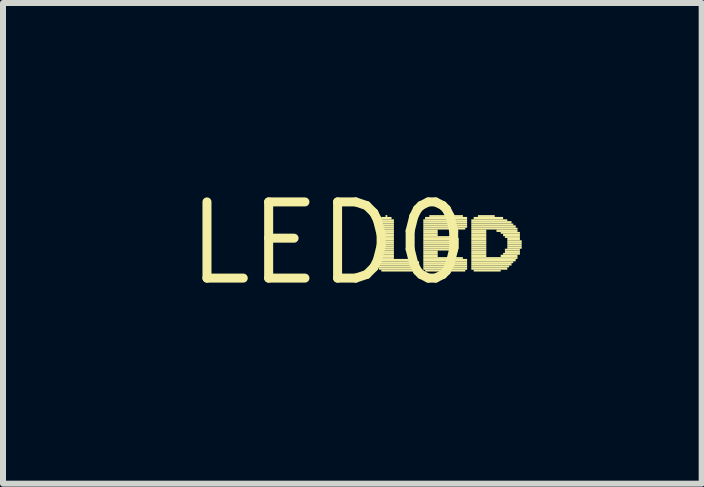
<source format=kicad_pcb>
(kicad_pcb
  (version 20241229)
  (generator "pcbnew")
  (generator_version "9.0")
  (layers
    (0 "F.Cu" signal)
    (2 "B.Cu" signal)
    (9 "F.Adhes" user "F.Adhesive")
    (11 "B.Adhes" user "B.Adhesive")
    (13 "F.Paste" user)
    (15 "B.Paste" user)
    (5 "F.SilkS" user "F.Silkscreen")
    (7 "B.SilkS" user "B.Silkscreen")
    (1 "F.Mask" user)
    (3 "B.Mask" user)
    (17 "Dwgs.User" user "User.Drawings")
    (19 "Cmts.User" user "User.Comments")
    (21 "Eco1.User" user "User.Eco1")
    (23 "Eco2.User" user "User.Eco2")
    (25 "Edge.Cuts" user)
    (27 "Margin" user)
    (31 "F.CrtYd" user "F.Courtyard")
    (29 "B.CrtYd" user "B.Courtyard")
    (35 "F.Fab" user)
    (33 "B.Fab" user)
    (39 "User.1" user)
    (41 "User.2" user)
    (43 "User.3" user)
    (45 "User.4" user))
  (footprint "LED0"
    (layer "F.Cu")
    (at 2.426 1.006)
    (property "Reference" "LED0" (at 0 0 0) (layer "F.SilkS") (effects (font (size 1.27 1.27) (thickness 0.15))))
    (fp_poly (pts (xy 0.84 -0.37) (xy 1.09 -0.37) (xy 1.09 -0.4) (xy 0.84 -0.4)) (stroke (width 0) (type solid)) (fill yes) (layer "F.SilkS"))
    (fp_poly (pts (xy 0.84 -0.33) (xy 1.09 -0.33) (xy 1.09 -0.37) (xy 0.84 -0.37)) (stroke (width 0) (type solid)) (fill yes) (layer "F.SilkS"))
    (fp_poly (pts (xy 0.84 -0.3) (xy 1.09 -0.3) (xy 1.09 -0.33) (xy 0.84 -0.33)) (stroke (width 0) (type solid)) (fill yes) (layer "F.SilkS"))
    (fp_poly (pts (xy 0.84 -0.26) (xy 1.09 -0.26) (xy 1.09 -0.3) (xy 0.84 -0.3)) (stroke (width 0) (type solid)) (fill yes) (layer "F.SilkS"))
    (fp_poly (pts (xy 0.84 -0.23) (xy 1.09 -0.23) (xy 1.09 -0.26) (xy 0.84 -0.26)) (stroke (width 0) (type solid)) (fill yes) (layer "F.SilkS"))
    (fp_poly (pts (xy 0.84 -0.19) (xy 1.09 -0.19) (xy 1.09 -0.23) (xy 0.84 -0.23)) (stroke (width 0) (type solid)) (fill yes) (layer "F.SilkS"))
    (fp_poly (pts (xy 0.84 -0.16) (xy 1.09 -0.16) (xy 1.09 -0.19) (xy 0.84 -0.19)) (stroke (width 0) (type solid)) (fill yes) (layer "F.SilkS"))
    (fp_poly (pts (xy 0.84 -0.12) (xy 1.09 -0.12) (xy 1.09 -0.16) (xy 0.84 -0.16)) (stroke (width 0) (type solid)) (fill yes) (layer "F.SilkS"))
    (fp_poly (pts (xy 0.84 -0.09) (xy 1.09 -0.09) (xy 1.09 -0.12) (xy 0.84 -0.12)) (stroke (width 0) (type solid)) (fill yes) (layer "F.SilkS"))
    (fp_poly (pts (xy 0.84 -0.05) (xy 1.09 -0.05) (xy 1.09 -0.09) (xy 0.84 -0.09)) (stroke (width 0) (type solid)) (fill yes) (layer "F.SilkS"))
    (fp_poly (pts (xy 0.84 -0.02) (xy 1.09 -0.02) (xy 1.09 -0.05) (xy 0.84 -0.05)) (stroke (width 0) (type solid)) (fill yes) (layer "F.SilkS"))
    (fp_poly (pts (xy 0.84 0.02) (xy 1.09 0.02) (xy 1.09 -0.02) (xy 0.84 -0.02)) (stroke (width 0) (type solid)) (fill yes) (layer "F.SilkS"))
    (fp_poly (pts (xy 0.84 0.05) (xy 1.09 0.05) (xy 1.09 0.02) (xy 0.84 0.02)) (stroke (width 0) (type solid)) (fill yes) (layer "F.SilkS"))
    (fp_poly (pts (xy 0.84 0.09) (xy 1.09 0.09) (xy 1.09 0.05) (xy 0.84 0.05)) (stroke (width 0) (type solid)) (fill yes) (layer "F.SilkS"))
    (fp_poly (pts (xy 0.84 0.12) (xy 1.09 0.12) (xy 1.09 0.09) (xy 0.84 0.09)) (stroke (width 0) (type solid)) (fill yes) (layer "F.SilkS"))
    (fp_poly (pts (xy 0.84 0.16) (xy 1.09 0.16) (xy 1.09 0.12) (xy 0.84 0.12)) (stroke (width 0) (type solid)) (fill yes) (layer "F.SilkS"))
    (fp_poly (pts (xy 0.84 0.19) (xy 1.09 0.19) (xy 1.09 0.16) (xy 0.84 0.16)) (stroke (width 0) (type solid)) (fill yes) (layer "F.SilkS"))
    (fp_poly (pts (xy 0.84 0.23) (xy 1.09 0.23) (xy 1.09 0.19) (xy 0.84 0.19)) (stroke (width 0) (type solid)) (fill yes) (layer "F.SilkS"))
    (fp_poly (pts (xy 0.84 0.26) (xy 1.09 0.26) (xy 1.09 0.23) (xy 0.84 0.23)) (stroke (width 0) (type solid)) (fill yes) (layer "F.SilkS"))
    (fp_poly (pts (xy 0.84 0.3) (xy 1.44 0.3) (xy 1.44 0.26) (xy 0.84 0.26)) (stroke (width 0) (type solid)) (fill yes) (layer "F.SilkS"))
    (fp_poly (pts (xy 0.84 0.33) (xy 1.51 0.33) (xy 1.51 0.3) (xy 0.84 0.3)) (stroke (width 0) (type solid)) (fill yes) (layer "F.SilkS"))
    (fp_poly (pts (xy 0.84 0.37) (xy 1.51 0.37) (xy 1.51 0.33) (xy 0.84 0.33)) (stroke (width 0) (type solid)) (fill yes) (layer "F.SilkS"))
    (fp_poly (pts (xy 0.84 0.4) (xy 1.51 0.4) (xy 1.51 0.37) (xy 0.84 0.37)) (stroke (width 0) (type solid)) (fill yes) (layer "F.SilkS"))
    (fp_poly (pts (xy 0.84 0.44) (xy 1.51 0.44) (xy 1.51 0.4) (xy 0.84 0.4)) (stroke (width 0) (type solid)) (fill yes) (layer "F.SilkS"))
    (fp_poly (pts (xy 0.88 -0.4) (xy 1.05 -0.4) (xy 1.05 -0.44) (xy 0.88 -0.44)) (stroke (width 0) (type solid)) (fill yes) (layer "F.SilkS"))
    (fp_poly (pts (xy 0.88 0.47) (xy 1.51 0.47) (xy 1.51 0.44) (xy 0.88 0.44)) (stroke (width 0) (type solid)) (fill yes) (layer "F.SilkS"))
    (fp_poly (pts (xy 0.95 -0.44) (xy 0.98 -0.44) (xy 0.98 -0.47) (xy 0.95 -0.47)) (stroke (width 0) (type solid)) (fill yes) (layer "F.SilkS"))
    (fp_poly (pts (xy 1.58 -0.37) (xy 2.31 -0.37) (xy 2.31 -0.4) (xy 1.58 -0.4)) (stroke (width 0) (type solid)) (fill yes) (layer "F.SilkS"))
    (fp_poly (pts (xy 1.58 -0.33) (xy 2.31 -0.33) (xy 2.31 -0.37) (xy 1.58 -0.37)) (stroke (width 0) (type solid)) (fill yes) (layer "F.SilkS"))
    (fp_poly (pts (xy 1.58 -0.3) (xy 2.31 -0.3) (xy 2.31 -0.33) (xy 1.58 -0.33)) (stroke (width 0) (type solid)) (fill yes) (layer "F.SilkS"))
    (fp_poly (pts (xy 1.58 -0.26) (xy 2.31 -0.26) (xy 2.31 -0.3) (xy 1.58 -0.3)) (stroke (width 0) (type solid)) (fill yes) (layer "F.SilkS"))
    (fp_poly (pts (xy 1.58 -0.23) (xy 2.28 -0.23) (xy 2.28 -0.26) (xy 1.58 -0.26)) (stroke (width 0) (type solid)) (fill yes) (layer "F.SilkS"))
    (fp_poly (pts (xy 1.58 -0.19) (xy 1.82 -0.19) (xy 1.82 -0.23) (xy 1.58 -0.23)) (stroke (width 0) (type solid)) (fill yes) (layer "F.SilkS"))
    (fp_poly (pts (xy 1.58 -0.16) (xy 1.82 -0.16) (xy 1.82 -0.19) (xy 1.58 -0.19)) (stroke (width 0) (type solid)) (fill yes) (layer "F.SilkS"))
    (fp_poly (pts (xy 1.58 -0.12) (xy 1.82 -0.12) (xy 1.82 -0.16) (xy 1.58 -0.16)) (stroke (width 0) (type solid)) (fill yes) (layer "F.SilkS"))
    (fp_poly (pts (xy 1.58 -0.09) (xy 2.1 -0.09) (xy 2.1 -0.12) (xy 1.58 -0.12)) (stroke (width 0) (type solid)) (fill yes) (layer "F.SilkS"))
    (fp_poly (pts (xy 1.58 -0.05) (xy 2.17 -0.05) (xy 2.17 -0.09) (xy 1.58 -0.09)) (stroke (width 0) (type solid)) (fill yes) (layer "F.SilkS"))
    (fp_poly (pts (xy 1.58 -0.02) (xy 2.17 -0.02) (xy 2.17 -0.05) (xy 1.58 -0.05)) (stroke (width 0) (type solid)) (fill yes) (layer "F.SilkS"))
    (fp_poly (pts (xy 1.58 0.02) (xy 2.17 0.02) (xy 2.17 -0.02) (xy 1.58 -0.02)) (stroke (width 0) (type solid)) (fill yes) (layer "F.SilkS"))
    (fp_poly (pts (xy 1.58 0.05) (xy 2.17 0.05) (xy 2.17 0.02) (xy 1.58 0.02)) (stroke (width 0) (type solid)) (fill yes) (layer "F.SilkS"))
    (fp_poly (pts (xy 1.58 0.09) (xy 2.17 0.09) (xy 2.17 0.05) (xy 1.58 0.05)) (stroke (width 0) (type solid)) (fill yes) (layer "F.SilkS"))
    (fp_poly (pts (xy 1.58 0.12) (xy 2.14 0.12) (xy 2.14 0.09) (xy 1.58 0.09)) (stroke (width 0) (type solid)) (fill yes) (layer "F.SilkS"))
    (fp_poly (pts (xy 1.58 0.16) (xy 1.82 0.16) (xy 1.82 0.12) (xy 1.58 0.12)) (stroke (width 0) (type solid)) (fill yes) (layer "F.SilkS"))
    (fp_poly (pts (xy 1.58 0.19) (xy 1.82 0.19) (xy 1.82 0.16) (xy 1.58 0.16)) (stroke (width 0) (type solid)) (fill yes) (layer "F.SilkS"))
    (fp_poly (pts (xy 1.58 0.23) (xy 1.82 0.23) (xy 1.82 0.19) (xy 1.58 0.19)) (stroke (width 0) (type solid)) (fill yes) (layer "F.SilkS"))
    (fp_poly (pts (xy 1.58 0.26) (xy 2.24 0.26) (xy 2.24 0.23) (xy 1.58 0.23)) (stroke (width 0) (type solid)) (fill yes) (layer "F.SilkS"))
    (fp_poly (pts (xy 1.58 0.3) (xy 2.31 0.3) (xy 2.31 0.26) (xy 1.58 0.26)) (stroke (width 0) (type solid)) (fill yes) (layer "F.SilkS"))
    (fp_poly (pts (xy 1.58 0.33) (xy 2.31 0.33) (xy 2.31 0.3) (xy 1.58 0.3)) (stroke (width 0) (type solid)) (fill yes) (layer "F.SilkS"))
    (fp_poly (pts (xy 1.58 0.37) (xy 2.31 0.37) (xy 2.31 0.33) (xy 1.58 0.33)) (stroke (width 0) (type solid)) (fill yes) (layer "F.SilkS"))
    (fp_poly (pts (xy 1.58 0.4) (xy 2.31 0.4) (xy 2.31 0.37) (xy 1.58 0.37)) (stroke (width 0) (type solid)) (fill yes) (layer "F.SilkS"))
    (fp_poly (pts (xy 1.58 0.44) (xy 2.31 0.44) (xy 2.31 0.4) (xy 1.58 0.4)) (stroke (width 0) (type solid)) (fill yes) (layer "F.SilkS"))
    (fp_poly (pts (xy 1.61 -0.4) (xy 2.31 -0.4) (xy 2.31 -0.44) (xy 1.61 -0.44)) (stroke (width 0) (type solid)) (fill yes) (layer "F.SilkS"))
    (fp_poly (pts (xy 1.61 0.47) (xy 2.28 0.47) (xy 2.28 0.44) (xy 1.61 0.44)) (stroke (width 0) (type solid)) (fill yes) (layer "F.SilkS"))
    (fp_poly (pts (xy 1.68 -0.44) (xy 2.24 -0.44) (xy 2.24 -0.47) (xy 1.68 -0.47)) (stroke (width 0) (type solid)) (fill yes) (layer "F.SilkS"))
    (fp_poly (pts (xy 2.38 -0.37) (xy 2.98 -0.37) (xy 2.98 -0.4) (xy 2.38 -0.4)) (stroke (width 0) (type solid)) (fill yes) (layer "F.SilkS"))
    (fp_poly (pts (xy 2.38 -0.33) (xy 3.05 -0.33) (xy 3.05 -0.37) (xy 2.38 -0.37)) (stroke (width 0) (type solid)) (fill yes) (layer "F.SilkS"))
    (fp_poly (pts (xy 2.38 -0.3) (xy 3.08 -0.3) (xy 3.08 -0.33) (xy 2.38 -0.33)) (stroke (width 0) (type solid)) (fill yes) (layer "F.SilkS"))
    (fp_poly (pts (xy 2.38 -0.26) (xy 3.12 -0.26) (xy 3.12 -0.3) (xy 2.38 -0.3)) (stroke (width 0) (type solid)) (fill yes) (layer "F.SilkS"))
    (fp_poly (pts (xy 2.38 -0.23) (xy 3.15 -0.23) (xy 3.15 -0.26) (xy 2.38 -0.26)) (stroke (width 0) (type solid)) (fill yes) (layer "F.SilkS"))
    (fp_poly (pts (xy 2.38 -0.19) (xy 2.63 -0.19) (xy 2.63 -0.23) (xy 2.38 -0.23)) (stroke (width 0) (type solid)) (fill yes) (layer "F.SilkS"))
    (fp_poly (pts (xy 2.38 -0.16) (xy 2.63 -0.16) (xy 2.63 -0.19) (xy 2.38 -0.19)) (stroke (width 0) (type solid)) (fill yes) (layer "F.SilkS"))
    (fp_poly (pts (xy 2.38 -0.12) (xy 2.63 -0.12) (xy 2.63 -0.16) (xy 2.38 -0.16)) (stroke (width 0) (type solid)) (fill yes) (layer "F.SilkS"))
    (fp_poly (pts (xy 2.38 -0.09) (xy 2.63 -0.09) (xy 2.63 -0.12) (xy 2.38 -0.12)) (stroke (width 0) (type solid)) (fill yes) (layer "F.SilkS"))
    (fp_poly (pts (xy 2.38 -0.05) (xy 2.63 -0.05) (xy 2.63 -0.09) (xy 2.38 -0.09)) (stroke (width 0) (type solid)) (fill yes) (layer "F.SilkS"))
    (fp_poly (pts (xy 2.38 -0.02) (xy 2.63 -0.02) (xy 2.63 -0.05) (xy 2.38 -0.05)) (stroke (width 0) (type solid)) (fill yes) (layer "F.SilkS"))
    (fp_poly (pts (xy 2.38 0.02) (xy 2.63 0.02) (xy 2.63 -0.02) (xy 2.38 -0.02)) (stroke (width 0) (type solid)) (fill yes) (layer "F.SilkS"))
    (fp_poly (pts (xy 2.38 0.05) (xy 2.63 0.05) (xy 2.63 0.02) (xy 2.38 0.02)) (stroke (width 0) (type solid)) (fill yes) (layer "F.SilkS"))
    (fp_poly (pts (xy 2.38 0.09) (xy 2.63 0.09) (xy 2.63 0.05) (xy 2.38 0.05)) (stroke (width 0) (type solid)) (fill yes) (layer "F.SilkS"))
    (fp_poly (pts (xy 2.38 0.12) (xy 2.63 0.12) (xy 2.63 0.09) (xy 2.38 0.09)) (stroke (width 0) (type solid)) (fill yes) (layer "F.SilkS"))
    (fp_poly (pts (xy 2.38 0.16) (xy 2.63 0.16) (xy 2.63 0.12) (xy 2.38 0.12)) (stroke (width 0) (type solid)) (fill yes) (layer "F.SilkS"))
    (fp_poly (pts (xy 2.38 0.19) (xy 2.63 0.19) (xy 2.63 0.16) (xy 2.38 0.16)) (stroke (width 0) (type solid)) (fill yes) (layer "F.SilkS"))
    (fp_poly (pts (xy 2.38 0.23) (xy 2.63 0.23) (xy 2.63 0.19) (xy 2.38 0.19)) (stroke (width 0) (type solid)) (fill yes) (layer "F.SilkS"))
    (fp_poly (pts (xy 2.38 0.26) (xy 3.15 0.26) (xy 3.15 0.23) (xy 2.38 0.23)) (stroke (width 0) (type solid)) (fill yes) (layer "F.SilkS"))
    (fp_poly (pts (xy 2.38 0.3) (xy 3.12 0.3) (xy 3.12 0.26) (xy 2.38 0.26)) (stroke (width 0) (type solid)) (fill yes) (layer "F.SilkS"))
    (fp_poly (pts (xy 2.38 0.33) (xy 3.08 0.33) (xy 3.08 0.3) (xy 2.38 0.3)) (stroke (width 0) (type solid)) (fill yes) (layer "F.SilkS"))
    (fp_poly (pts (xy 2.38 0.37) (xy 3.05 0.37) (xy 3.05 0.33) (xy 2.38 0.33)) (stroke (width 0) (type solid)) (fill yes) (layer "F.SilkS"))
    (fp_poly (pts (xy 2.38 0.4) (xy 3.01 0.4) (xy 3.01 0.37) (xy 2.38 0.37)) (stroke (width 0) (type solid)) (fill yes) (layer "F.SilkS"))
    (fp_poly (pts (xy 2.38 0.44) (xy 2.98 0.44) (xy 2.98 0.4) (xy 2.38 0.4)) (stroke (width 0) (type solid)) (fill yes) (layer "F.SilkS"))
    (fp_poly (pts (xy 2.42 -0.4) (xy 2.91 -0.4) (xy 2.91 -0.44) (xy 2.42 -0.44)) (stroke (width 0) (type solid)) (fill yes) (layer "F.SilkS"))
    (fp_poly (pts (xy 2.42 0.47) (xy 2.87 0.47) (xy 2.87 0.44) (xy 2.42 0.44)) (stroke (width 0) (type solid)) (fill yes) (layer "F.SilkS"))
    (fp_poly (pts (xy 2.49 -0.44) (xy 2.77 -0.44) (xy 2.77 -0.47) (xy 2.49 -0.47)) (stroke (width 0) (type solid)) (fill yes) (layer "F.SilkS"))
    (fp_poly (pts (xy 2.8 -0.19) (xy 3.15 -0.19) (xy 3.15 -0.23) (xy 2.8 -0.23)) (stroke (width 0) (type solid)) (fill yes) (layer "F.SilkS"))
    (fp_poly (pts (xy 2.87 -0.16) (xy 3.19 -0.16) (xy 3.19 -0.19) (xy 2.87 -0.19)) (stroke (width 0) (type solid)) (fill yes) (layer "F.SilkS"))
    (fp_poly (pts (xy 2.87 0.23) (xy 3.15 0.23) (xy 3.15 0.19) (xy 2.87 0.19)) (stroke (width 0) (type solid)) (fill yes) (layer "F.SilkS"))
    (fp_poly (pts (xy 2.91 -0.12) (xy 3.19 -0.12) (xy 3.19 -0.16) (xy 2.91 -0.16)) (stroke (width 0) (type solid)) (fill yes) (layer "F.SilkS"))
    (fp_poly (pts (xy 2.91 0.19) (xy 3.19 0.19) (xy 3.19 0.16) (xy 2.91 0.16)) (stroke (width 0) (type solid)) (fill yes) (layer "F.SilkS"))
    (fp_poly (pts (xy 2.94 -0.09) (xy 3.19 -0.09) (xy 3.19 -0.12) (xy 2.94 -0.12)) (stroke (width 0) (type solid)) (fill yes) (layer "F.SilkS"))
    (fp_poly (pts (xy 2.94 0.12) (xy 3.19 0.12) (xy 3.19 0.09) (xy 2.94 0.09)) (stroke (width 0) (type solid)) (fill yes) (layer "F.SilkS"))
    (fp_poly (pts (xy 2.94 0.16) (xy 3.19 0.16) (xy 3.19 0.12) (xy 2.94 0.12)) (stroke (width 0) (type solid)) (fill yes) (layer "F.SilkS"))
    (fp_poly (pts (xy 2.98 -0.05) (xy 3.19 -0.05) (xy 3.19 -0.09) (xy 2.98 -0.09)) (stroke (width 0) (type solid)) (fill yes) (layer "F.SilkS"))
    (fp_poly (pts (xy 2.98 -0.02) (xy 3.22 -0.02) (xy 3.22 -0.05) (xy 2.98 -0.05)) (stroke (width 0) (type solid)) (fill yes) (layer "F.SilkS"))
    (fp_poly (pts (xy 2.98 0.02) (xy 3.22 0.02) (xy 3.22 -0.02) (xy 2.98 -0.02)) (stroke (width 0) (type solid)) (fill yes) (layer "F.SilkS"))
    (fp_poly (pts (xy 2.98 0.05) (xy 3.22 0.05) (xy 3.22 0.02) (xy 2.98 0.02)) (stroke (width 0) (type solid)) (fill yes) (layer "F.SilkS"))
    (fp_poly (pts (xy 2.98 0.09) (xy 3.22 0.09) (xy 3.22 0.05) (xy 2.98 0.05)) (stroke (width 0) (type solid)) (fill yes) (layer "F.SilkS")))
  (gr_rect
    (start -3 -3)
    (end 8.646 5.012)
    (stroke (width 0.1) (type default))
    (fill no)
    (layer "Edge.Cuts")))
</source>
